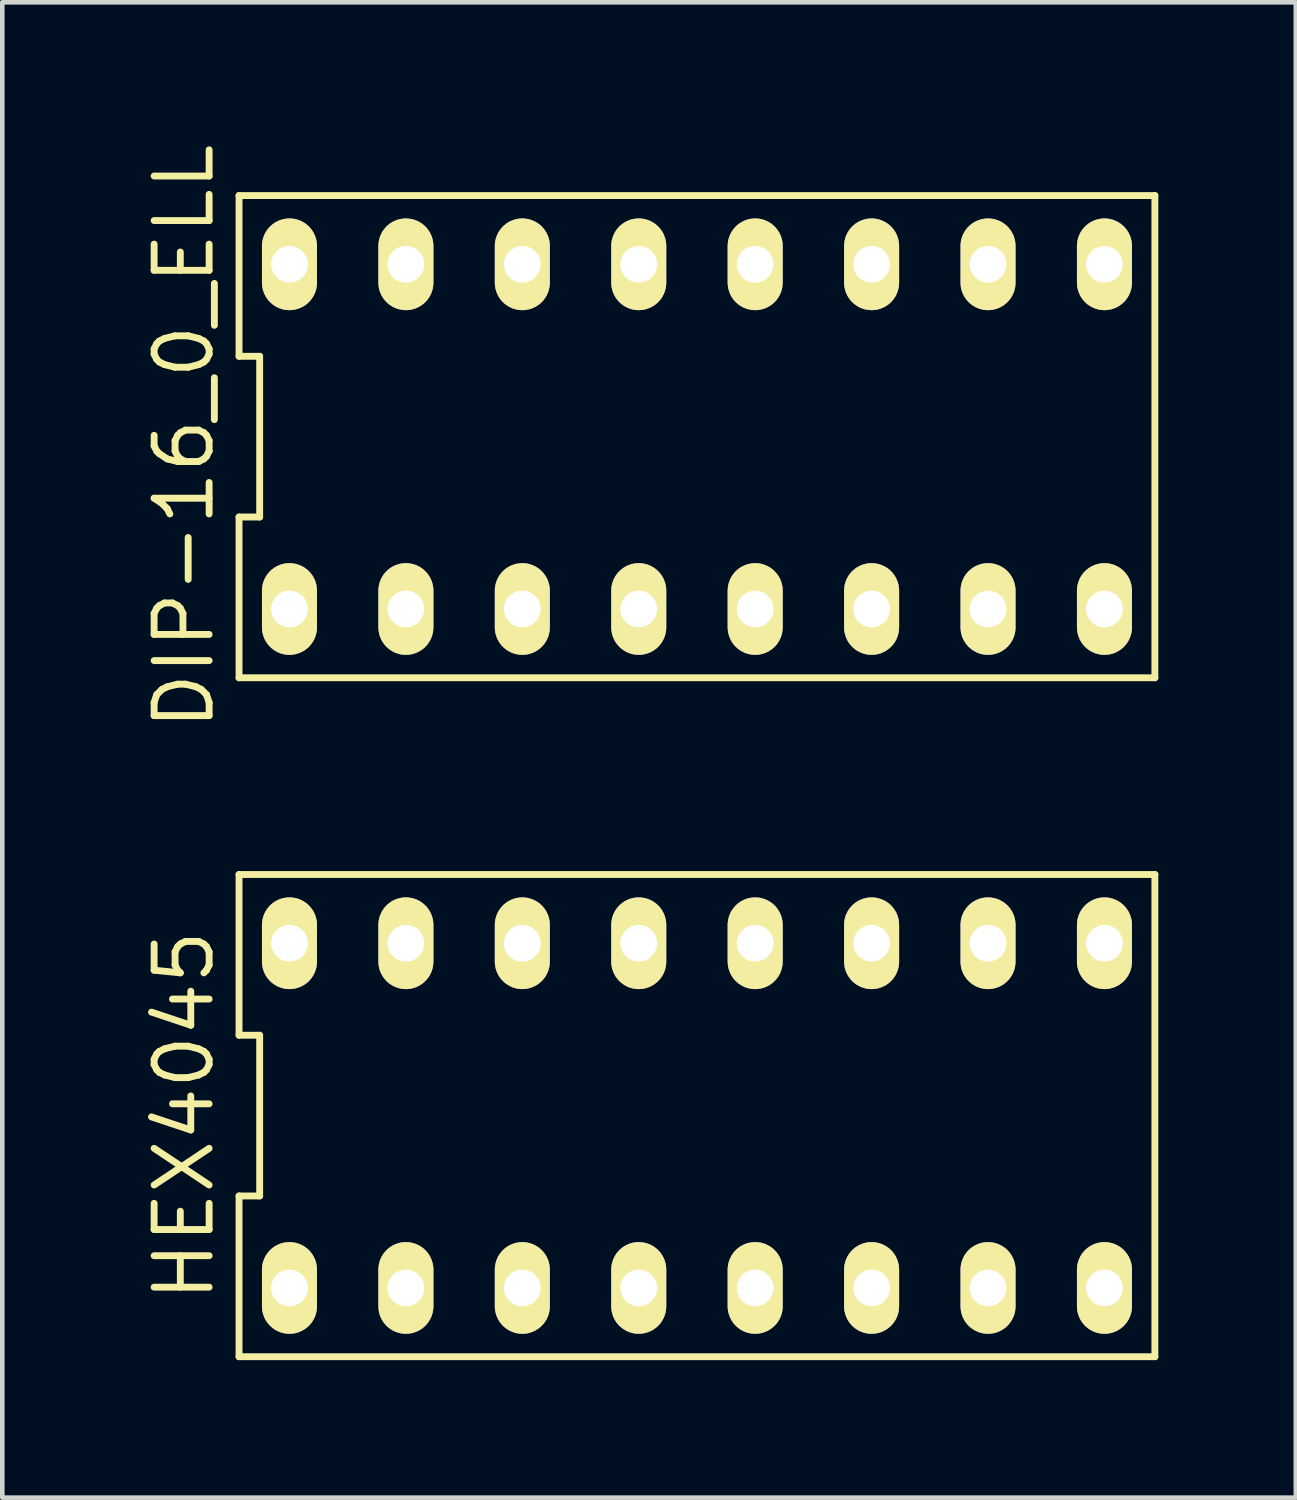
<source format=kicad_pcb>
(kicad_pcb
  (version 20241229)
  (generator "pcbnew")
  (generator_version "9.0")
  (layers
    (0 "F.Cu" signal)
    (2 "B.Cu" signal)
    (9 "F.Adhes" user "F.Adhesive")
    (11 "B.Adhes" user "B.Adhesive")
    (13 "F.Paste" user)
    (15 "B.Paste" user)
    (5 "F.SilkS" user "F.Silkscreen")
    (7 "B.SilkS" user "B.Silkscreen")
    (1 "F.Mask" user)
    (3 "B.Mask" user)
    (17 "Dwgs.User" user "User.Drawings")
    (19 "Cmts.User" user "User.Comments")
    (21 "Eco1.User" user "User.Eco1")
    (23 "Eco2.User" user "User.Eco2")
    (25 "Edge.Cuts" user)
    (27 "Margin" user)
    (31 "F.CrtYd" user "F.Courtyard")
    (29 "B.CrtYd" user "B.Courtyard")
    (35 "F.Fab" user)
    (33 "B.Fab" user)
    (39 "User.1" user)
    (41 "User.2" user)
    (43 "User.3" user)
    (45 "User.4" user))
  (footprint "HEX4045"
    (layer "F.Cu")
    (at 12.155 21.288)
    (property "Reference" "HEX4045" (at -11.19 0 90) (layer "F.SilkS") (effects (font (size 1.2 1.2) (thickness 0.15))))
    (attr through_hole)
    (fp_line (start -9.99 -5.26) (end -9.99 -1.753) (stroke (width 0.15) (type solid)) (layer "F.SilkS"))
    (fp_line (start -9.99 -1.753) (end -9.54 -1.753) (stroke (width 0.15) (type solid)) (layer "F.SilkS"))
    (fp_line (start -9.99 1.753) (end -9.99 5.26) (stroke (width 0.15) (type solid)) (layer "F.SilkS"))
    (fp_line (start -9.99 5.26) (end 9.99 5.26) (stroke (width 0.15) (type solid)) (layer "F.SilkS"))
    (fp_line (start -9.54 -1.753) (end -9.54 1.753) (stroke (width 0.15) (type solid)) (layer "F.SilkS"))
    (fp_line (start -9.54 1.753) (end -9.99 1.753) (stroke (width 0.15) (type solid)) (layer "F.SilkS"))
    (fp_line (start 9.99 -5.26) (end -9.99 -5.26) (stroke (width 0.15) (type solid)) (layer "F.SilkS"))
    (fp_line (start 9.99 5.26) (end 9.99 -5.26) (stroke (width 0.15) (type solid)) (layer "F.SilkS"))
    (pad "1" thru_hole oval (at -8.89 3.76) (size 1.2 2) (drill 0.8) (layers "*.Cu" "*.Mask" "F.SilkS"))
    (pad "2" thru_hole oval (at -6.35 3.76) (size 1.2 2) (drill 0.8) (layers "*.Cu" "*.Mask" "F.SilkS"))
    (pad "3" thru_hole oval (at -3.81 3.76) (size 1.2 2) (drill 0.8) (layers "*.Cu" "*.Mask" "F.SilkS"))
    (pad "4" thru_hole oval (at -1.27 3.76) (size 1.2 2) (drill 0.8) (layers "*.Cu" "*.Mask" "F.SilkS"))
    (pad "5" thru_hole oval (at 1.27 3.76) (size 1.2 2) (drill 0.8) (layers "*.Cu" "*.Mask" "F.SilkS"))
    (pad "6" thru_hole oval (at 3.81 3.76) (size 1.2 2) (drill 0.8) (layers "*.Cu" "*.Mask" "F.SilkS"))
    (pad "7" thru_hole oval (at 6.35 3.76) (size 1.2 2) (drill 0.8) (layers "*.Cu" "*.Mask" "F.SilkS"))
    (pad "8" thru_hole oval (at 8.89 3.76) (size 1.2 2) (drill 0.8) (layers "*.Cu" "*.Mask" "F.SilkS"))
    (pad "9" thru_hole oval (at 8.89 -3.76) (size 1.2 2) (drill 0.8) (layers "*.Cu" "*.Mask" "F.SilkS"))
    (pad "10" thru_hole oval (at 6.35 -3.76) (size 1.2 2) (drill 0.8) (layers "*.Cu" "*.Mask" "F.SilkS"))
    (pad "11" thru_hole oval (at 3.81 -3.76) (size 1.2 2) (drill 0.8) (layers "*.Cu" "*.Mask" "F.SilkS"))
    (pad "12" thru_hole oval (at 1.27 -3.76) (size 1.2 2) (drill 0.8) (layers "*.Cu" "*.Mask" "F.SilkS"))
    (pad "13" thru_hole oval (at -1.27 -3.76) (size 1.2 2) (drill 0.8) (layers "*.Cu" "*.Mask" "F.SilkS"))
    (pad "14" thru_hole oval (at -3.81 -3.76) (size 1.2 2) (drill 0.8) (layers "*.Cu" "*.Mask" "F.SilkS"))
    (pad "15" thru_hole oval (at -6.35 -3.76) (size 1.2 2) (drill 0.8) (layers "*.Cu" "*.Mask" "F.SilkS"))
    (pad "16" thru_hole oval (at -8.89 -3.76) (size 1.2 2) (drill 0.8) (layers "*.Cu" "*.Mask" "F.SilkS")))
  (footprint "DIP-16_0_ELL"
    (layer "F.Cu")
    (at 12.155 6.476)
    (property "Reference" "DIP-16_0_ELL" (at -11.19 0 90) (layer "F.SilkS") (effects (font (size 1.2 1.2) (thickness 0.15))))
    (attr through_hole)
    (fp_line (start -9.99 -5.26) (end -9.99 -1.753) (stroke (width 0.15) (type solid)) (layer "F.SilkS"))
    (fp_line (start -9.99 -1.753) (end -9.54 -1.753) (stroke (width 0.15) (type solid)) (layer "F.SilkS"))
    (fp_line (start -9.99 1.753) (end -9.99 5.26) (stroke (width 0.15) (type solid)) (layer "F.SilkS"))
    (fp_line (start -9.99 5.26) (end 9.99 5.26) (stroke (width 0.15) (type solid)) (layer "F.SilkS"))
    (fp_line (start -9.54 -1.753) (end -9.54 1.753) (stroke (width 0.15) (type solid)) (layer "F.SilkS"))
    (fp_line (start -9.54 1.753) (end -9.99 1.753) (stroke (width 0.15) (type solid)) (layer "F.SilkS"))
    (fp_line (start 9.99 -5.26) (end -9.99 -5.26) (stroke (width 0.15) (type solid)) (layer "F.SilkS"))
    (fp_line (start 9.99 5.26) (end 9.99 -5.26) (stroke (width 0.15) (type solid)) (layer "F.SilkS"))
    (pad "1" thru_hole oval (at -8.89 3.76) (size 1.2 2) (drill 0.8) (layers "*.Cu" "*.Mask" "F.SilkS"))
    (pad "2" thru_hole oval (at -6.35 3.76) (size 1.2 2) (drill 0.8) (layers "*.Cu" "*.Mask" "F.SilkS"))
    (pad "3" thru_hole oval (at -3.81 3.76) (size 1.2 2) (drill 0.8) (layers "*.Cu" "*.Mask" "F.SilkS"))
    (pad "4" thru_hole oval (at -1.27 3.76) (size 1.2 2) (drill 0.8) (layers "*.Cu" "*.Mask" "F.SilkS"))
    (pad "5" thru_hole oval (at 1.27 3.76) (size 1.2 2) (drill 0.8) (layers "*.Cu" "*.Mask" "F.SilkS"))
    (pad "6" thru_hole oval (at 3.81 3.76) (size 1.2 2) (drill 0.8) (layers "*.Cu" "*.Mask" "F.SilkS"))
    (pad "7" thru_hole oval (at 6.35 3.76) (size 1.2 2) (drill 0.8) (layers "*.Cu" "*.Mask" "F.SilkS"))
    (pad "8" thru_hole oval (at 8.89 3.76) (size 1.2 2) (drill 0.8) (layers "*.Cu" "*.Mask" "F.SilkS"))
    (pad "9" thru_hole oval (at 8.89 -3.76) (size 1.2 2) (drill 0.8) (layers "*.Cu" "*.Mask" "F.SilkS"))
    (pad "10" thru_hole oval (at 6.35 -3.76) (size 1.2 2) (drill 0.8) (layers "*.Cu" "*.Mask" "F.SilkS"))
    (pad "11" thru_hole oval (at 3.81 -3.76) (size 1.2 2) (drill 0.8) (layers "*.Cu" "*.Mask" "F.SilkS"))
    (pad "12" thru_hole oval (at 1.27 -3.76) (size 1.2 2) (drill 0.8) (layers "*.Cu" "*.Mask" "F.SilkS"))
    (pad "13" thru_hole oval (at -1.27 -3.76) (size 1.2 2) (drill 0.8) (layers "*.Cu" "*.Mask" "F.SilkS"))
    (pad "14" thru_hole oval (at -3.81 -3.76) (size 1.2 2) (drill 0.8) (layers "*.Cu" "*.Mask" "F.SilkS"))
    (pad "15" thru_hole oval (at -6.35 -3.76) (size 1.2 2) (drill 0.8) (layers "*.Cu" "*.Mask" "F.SilkS"))
    (pad "16" thru_hole oval (at -8.89 -3.76) (size 1.2 2) (drill 0.8) (layers "*.Cu" "*.Mask" "F.SilkS")))
  (gr_rect
    (start -3 -3)
    (end 25.22 29.623)
    (stroke (width 0.1) (type default))
    (fill no)
    (layer "Edge.Cuts")))
</source>
